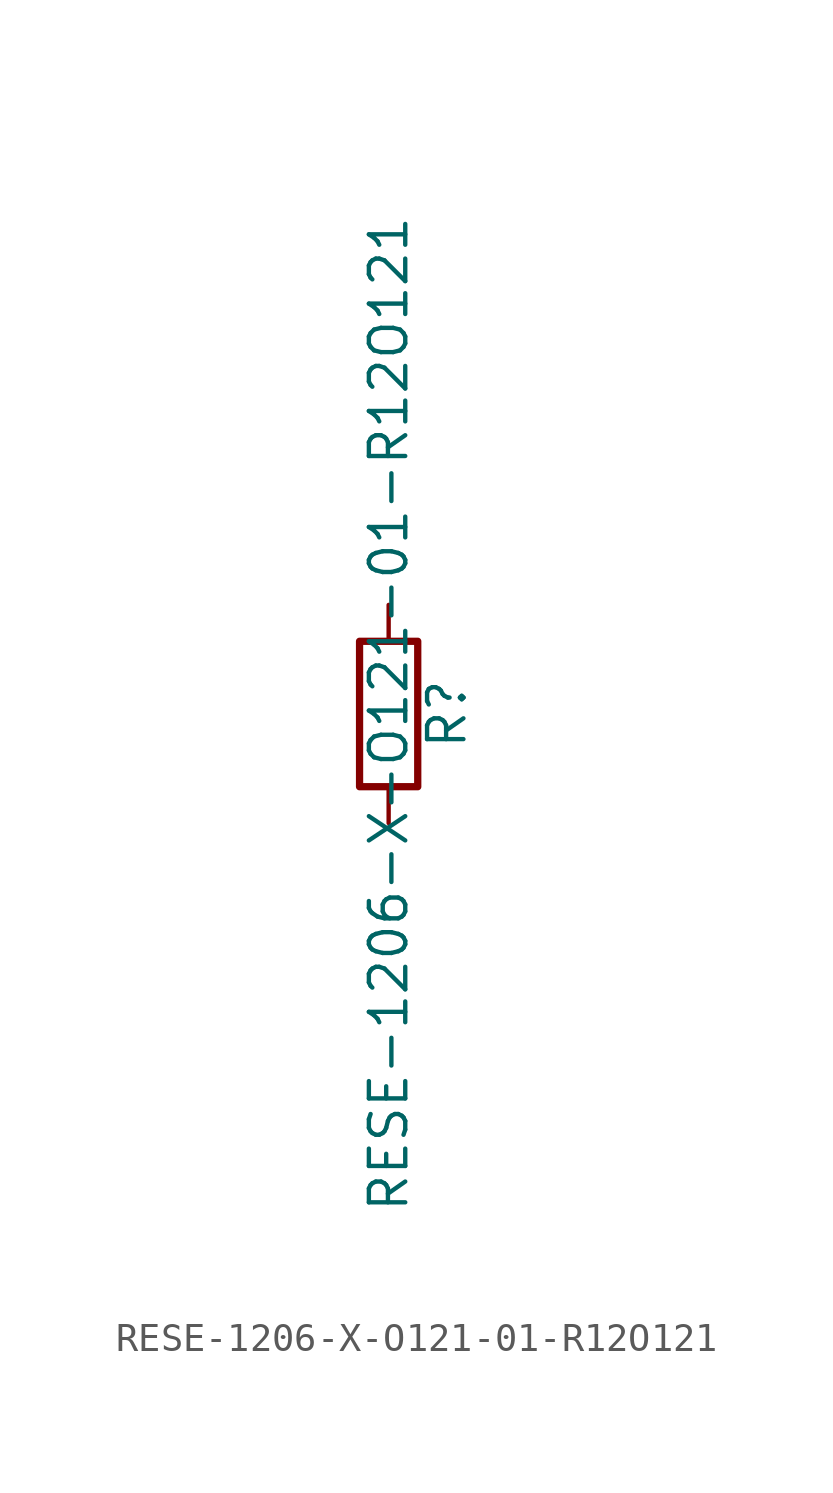
<source format=kicad_sym>
(kicad_symbol_lib
  (version 20211014)
  (generator kicad_symbol_editor)
  (symbol "RESE-1206-X-O121-01-R12O121"
    (pin_numbers hide)
    (pin_names
      (offset 0))
    (property "Reference" "R"
      (at 2.032 0 90)
      (effects (font (size 1.27 1.27))))
    (property "Value" "RESE-1206-X-O121-01-R12O121"
      (at 0 0 90)
      (effects (font (size 1.27 1.27))))
    (symbol "RESE-1206-X-O121-01-R12O121_0_1"
      (rectangle (start -1.016 -2.54) (end 1.016 2.54) (stroke (width 0.254) (type default) (color 0 0 0 0)) (fill (type none))))
    (symbol "RESE-1206-X-O121-01-R12O121_1_1"
      (pin passive line (at 0 3.81 270) (length 1.27) (name "~" (effects (font (size 1.27 1.27)))) (number "1" (effects (font (size 1.27 1.27)))))
      (pin passive line (at 0 -3.81 90) (length 1.27) (name "~" (effects (font (size 1.27 1.27)))) (number "2" (effects (font (size 1.27 1.27))))))))
</source>
